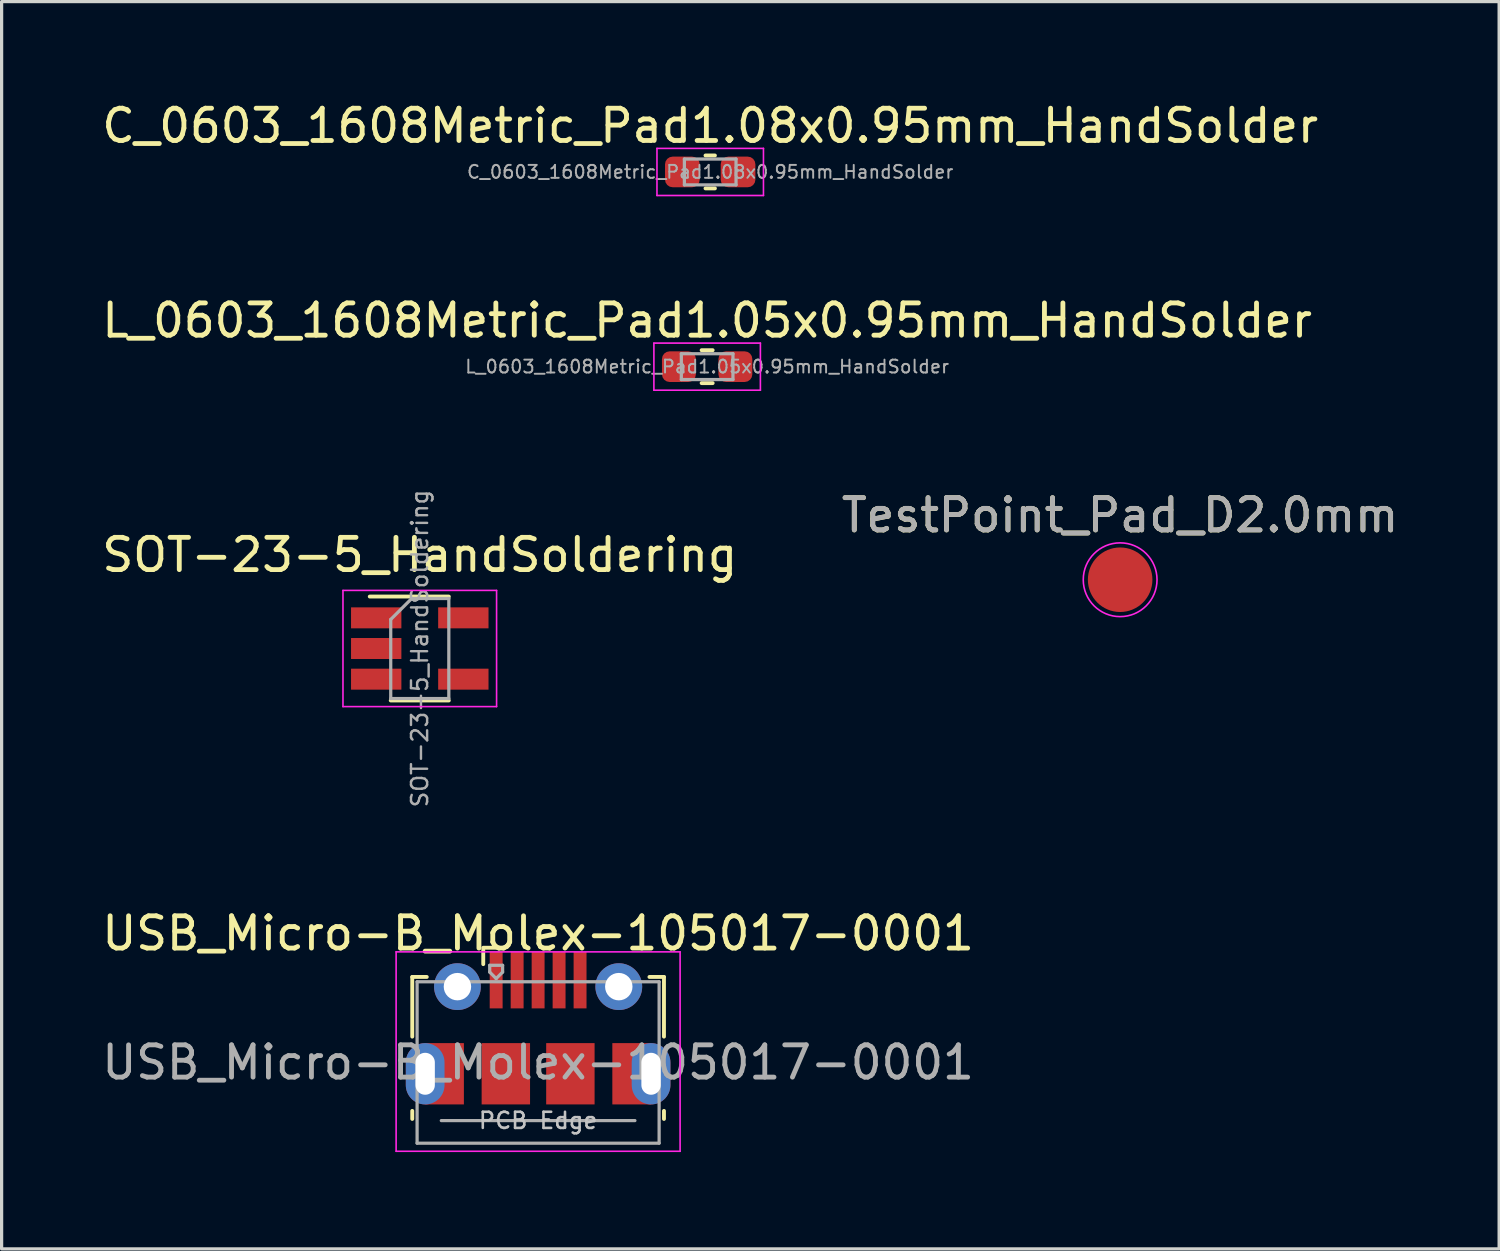
<source format=kicad_pcb>
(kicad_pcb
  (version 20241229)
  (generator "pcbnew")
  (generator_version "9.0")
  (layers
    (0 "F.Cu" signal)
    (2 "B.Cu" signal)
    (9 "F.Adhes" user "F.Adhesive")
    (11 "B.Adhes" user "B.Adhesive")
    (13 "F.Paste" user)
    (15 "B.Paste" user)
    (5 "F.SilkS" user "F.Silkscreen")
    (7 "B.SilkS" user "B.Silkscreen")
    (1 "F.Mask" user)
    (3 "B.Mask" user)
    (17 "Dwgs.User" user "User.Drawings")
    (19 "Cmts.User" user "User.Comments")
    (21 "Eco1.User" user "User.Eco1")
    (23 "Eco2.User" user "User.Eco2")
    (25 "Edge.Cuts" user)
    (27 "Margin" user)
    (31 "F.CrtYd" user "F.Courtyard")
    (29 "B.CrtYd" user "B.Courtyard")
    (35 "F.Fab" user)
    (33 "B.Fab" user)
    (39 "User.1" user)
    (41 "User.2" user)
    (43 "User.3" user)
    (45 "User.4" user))
  (footprint "SOT-23-5_HandSoldering"
    (layer "F.Cu")
    (at 9.958 17.046)
    (property "Reference" "SOT-23-5_HandSoldering" (at 0 -2.9 0) (layer "F.SilkS") (effects (font (size 1 1) (thickness 0.15))))
    (attr smd)
    (fp_line (start -0.9 1.61) (end 0.9 1.61) (stroke (width 0.12) (type solid)) (layer "F.SilkS"))
    (fp_line (start 0.9 -1.61) (end -1.55 -1.61) (stroke (width 0.12) (type solid)) (layer "F.SilkS"))
    (fp_line (start -2.38 -1.8) (end -2.38 1.8) (stroke (width 0.05) (type solid)) (layer "F.CrtYd"))
    (fp_line (start -2.38 -1.8) (end 2.38 -1.8) (stroke (width 0.05) (type solid)) (layer "F.CrtYd"))
    (fp_line (start 2.38 1.8) (end -2.38 1.8) (stroke (width 0.05) (type solid)) (layer "F.CrtYd"))
    (fp_line (start 2.38 1.8) (end 2.38 -1.8) (stroke (width 0.05) (type solid)) (layer "F.CrtYd"))
    (fp_line (start -0.9 -0.9) (end -0.9 1.55) (stroke (width 0.1) (type solid)) (layer "F.Fab"))
    (fp_line (start -0.9 -0.9) (end -0.25 -1.55) (stroke (width 0.1) (type solid)) (layer "F.Fab"))
    (fp_line (start 0.9 -1.55) (end -0.25 -1.55) (stroke (width 0.1) (type solid)) (layer "F.Fab"))
    (fp_line (start 0.9 -1.55) (end 0.9 1.55) (stroke (width 0.1) (type solid)) (layer "F.Fab"))
    (fp_line (start 0.9 1.55) (end -0.9 1.55) (stroke (width 0.1) (type solid)) (layer "F.Fab"))
    (fp_text user "${REFERENCE}" (at 0 0 90) (layer "F.Fab") (effects (font (size 0.5 0.5) (thickness 0.075))))
    (pad "1" smd rect (at -1.35 -0.95) (size 1.56 0.65) (layers "F.Cu" "F.Mask" "F.Paste"))
    (pad "2" smd rect (at -1.35 0) (size 1.56 0.65) (layers "F.Cu" "F.Mask" "F.Paste"))
    (pad "3" smd rect (at -1.35 0.95) (size 1.56 0.65) (layers "F.Cu" "F.Mask" "F.Paste"))
    (pad "4" smd rect (at 1.35 0.95) (size 1.56 0.65) (layers "F.Cu" "F.Mask" "F.Paste"))
    (pad "5" smd rect (at 1.35 -0.95) (size 1.56 0.65) (layers "F.Cu" "F.Mask" "F.Paste")))
  (footprint "USB_Micro-B_Molex-105017-0001"
    (layer "F.Cu")
    (at 13.625 28.986)
    (property "Reference" "USB_Micro-B_Molex-105017-0001" (at 0 -3.112 0) (layer "F.SilkS") (effects (font (size 1 1) (thickness 0.15))))
    (attr smd)
    (fp_line (start -3.9 -1.762) (end -3.45 -1.762) (stroke (width 0.12) (type solid)) (layer "F.SilkS"))
    (fp_line (start -3.9 0.087) (end -3.9 -1.762) (stroke (width 0.12) (type solid)) (layer "F.SilkS"))
    (fp_line (start -3.9 2.638) (end -3.9 2.388) (stroke (width 0.12) (type solid)) (layer "F.SilkS"))
    (fp_line (start -1.7 -2.667) (end -1.25 -2.667) (stroke (width 0.12) (type solid)) (layer "F.SilkS"))
    (fp_line (start -1.7 -2.609) (end -1.7 -2.159) (stroke (width 0.12) (type solid)) (layer "F.SilkS"))
    (fp_line (start 3.9 -1.762) (end 3.45 -1.762) (stroke (width 0.12) (type solid)) (layer "F.SilkS"))
    (fp_line (start 3.9 0.087) (end 3.9 -1.762) (stroke (width 0.12) (type solid)) (layer "F.SilkS"))
    (fp_line (start 3.9 2.638) (end 3.9 2.388) (stroke (width 0.12) (type solid)) (layer "F.SilkS"))
    (fp_line (start -4.4 -2.54) (end 4.4 -2.54) (stroke (width 0.05) (type solid)) (layer "F.CrtYd"))
    (fp_line (start -4.4 3.64) (end -4.4 -2.54) (stroke (width 0.05) (type solid)) (layer "F.CrtYd"))
    (fp_line (start -4.4 3.64) (end 4.4 3.64) (stroke (width 0.05) (type solid)) (layer "F.CrtYd"))
    (fp_line (start 4.4 -2.54) (end 4.4 3.64) (stroke (width 0.05) (type solid)) (layer "F.CrtYd"))
    (fp_line (start -3.75 -1.613) (end 3.75 -1.613) (stroke (width 0.1) (type solid)) (layer "F.Fab"))
    (fp_line (start -3.75 3.388) (end -3.75 -1.613) (stroke (width 0.1) (type solid)) (layer "F.Fab"))
    (fp_line (start -3.75 3.389) (end 3.75 3.389) (stroke (width 0.1) (type solid)) (layer "F.Fab"))
    (fp_line (start -3 2.689) (end 3 2.689) (stroke (width 0.1) (type solid)) (layer "F.Fab"))
    (fp_line (start -1.5 -2.123) (end -1.5 -1.913) (stroke (width 0.1) (type solid)) (layer "F.Fab"))
    (fp_line (start -1.5 -2.123) (end -1.1 -2.123) (stroke (width 0.1) (type solid)) (layer "F.Fab"))
    (fp_line (start -1.3 -1.712) (end -1.5 -1.913) (stroke (width 0.1) (type solid)) (layer "F.Fab"))
    (fp_line (start -1.1 -2.123) (end -1.1 -1.913) (stroke (width 0.1) (type solid)) (layer "F.Fab"))
    (fp_line (start -1.1 -1.913) (end -1.3 -1.712) (stroke (width 0.1) (type solid)) (layer "F.Fab"))
    (fp_line (start 3.75 3.388) (end 3.75 -1.613) (stroke (width 0.1) (type solid)) (layer "F.Fab"))
    (fp_text user "PCB Edge" (at 0 2.688 0) (layer "Dwgs.User") (effects (font (size 0.5 0.5) (thickness 0.08))))
    (fp_text user "${REFERENCE}" (at 0 0.887 0) (layer "F.Fab") (effects (font (size 1 1) (thickness 0.15))))
    (pad "1" smd rect (at -1.3 -1.663) (size 0.4 1.75) (layers "F.Cu" "F.Mask" "F.Paste"))
    (pad "2" smd rect (at -0.65 -1.663) (size 0.4 1.75) (layers "F.Cu" "F.Mask" "F.Paste"))
    (pad "3" smd rect (at 0 -1.663) (size 0.4 1.75) (layers "F.Cu" "F.Mask" "F.Paste"))
    (pad "4" smd rect (at 0.65 -1.663) (size 0.4 1.75) (layers "F.Cu" "F.Mask" "F.Paste"))
    (pad "5" smd rect (at 1.3 -1.663) (size 0.4 1.75) (layers "F.Cu" "F.Mask" "F.Paste"))
    (pad "6" thru_hole oval (at -3.5 1.238 180) (size 1.2 1.9) (drill oval 0.6 1.3) (layers "*.Cu" "*.Mask"))
    (pad "6" smd rect (at -2.9 1.238) (size 1.2 1.9) (layers "F.Cu" "F.Mask"))
    (pad "6" thru_hole circle (at -2.5 -1.462) (size 1.45 1.45) (drill 0.85) (layers "*.Cu" "*.Mask"))
    (pad "6" smd rect (at -1 1.238) (size 1.5 1.9) (layers "F.Cu" "F.Mask" "F.Paste"))
    (pad "6" smd rect (at 1 1.238) (size 1.5 1.9) (layers "F.Cu" "F.Mask" "F.Paste"))
    (pad "6" thru_hole circle (at 2.5 -1.462) (size 1.45 1.45) (drill 0.85) (layers "*.Cu" "*.Mask"))
    (pad "6" smd rect (at 2.9 1.238) (size 1.2 1.9) (layers "F.Cu" "F.Mask"))
    (pad "6" thru_hole oval (at 3.5 1.238) (size 1.2 1.9) (drill oval 0.6 1.3) (layers "*.Cu" "*.Mask")))
  (footprint "TestPoint_Pad_D2.0mm"
    (layer "F.Cu")
    (at 31.661 14.915)
    (property "Reference" "TestPoint_Pad_D2.0mm" (at 0 -1.998 0) (layer "F.SilkS") (effects (font (size 1 1) (thickness 0.15))))
    (attr exclude_from_pos_files exclude_from_bom)
    (fp_circle (center 0 0) (end 1.143 0) (stroke (width 0.05) (type solid)) (fill no) (layer "F.CrtYd"))
    (fp_text user "${REFERENCE}" (at 0 -2 0) (layer "F.Fab") (effects (font (size 1 1) (thickness 0.15))))
    (pad "1" smd circle (at 0 0) (size 2 2) (layers "F.Cu" "F.Mask")))
  (footprint "L_0603_1608Metric_Pad1.05x0.95mm_HandSolder"
    (layer "F.Cu")
    (at 18.863 8.312)
    (property "Reference" "L_0603_1608Metric_Pad1.05x0.95mm_HandSolder" (at 0 -1.43 180) (layer "F.SilkS") (effects (font (size 1 1) (thickness 0.15))))
    (attr smd)
    (fp_line (start -0.171 -0.51) (end 0.171 -0.51) (stroke (width 0.12) (type solid)) (layer "F.SilkS"))
    (fp_line (start -0.171 0.51) (end 0.171 0.51) (stroke (width 0.12) (type solid)) (layer "F.SilkS"))
    (fp_line (start -1.65 -0.73) (end 1.65 -0.73) (stroke (width 0.05) (type solid)) (layer "F.CrtYd"))
    (fp_line (start -1.65 0.73) (end -1.65 -0.73) (stroke (width 0.05) (type solid)) (layer "F.CrtYd"))
    (fp_line (start 1.65 -0.73) (end 1.65 0.73) (stroke (width 0.05) (type solid)) (layer "F.CrtYd"))
    (fp_line (start 1.65 0.73) (end -1.65 0.73) (stroke (width 0.05) (type solid)) (layer "F.CrtYd"))
    (fp_line (start -0.8 -0.4) (end 0.8 -0.4) (stroke (width 0.1) (type solid)) (layer "F.Fab"))
    (fp_line (start -0.8 0.4) (end -0.8 -0.4) (stroke (width 0.1) (type solid)) (layer "F.Fab"))
    (fp_line (start 0.8 -0.4) (end 0.8 0.4) (stroke (width 0.1) (type solid)) (layer "F.Fab"))
    (fp_line (start 0.8 0.4) (end -0.8 0.4) (stroke (width 0.1) (type solid)) (layer "F.Fab"))
    (fp_text user "${REFERENCE}" (at 0 0 180) (layer "F.Fab") (effects (font (size 0.4 0.4) (thickness 0.06))))
    (pad "1" smd roundrect (at -0.875 0) (size 1.05 0.95) (layers "F.Cu" "F.Mask" "F.Paste") (roundrect_rratio 0.25))
    (pad "2" smd roundrect (at 0.875 0) (size 1.05 0.95) (layers "F.Cu" "F.Mask" "F.Paste") (roundrect_rratio 0.25)))
  (footprint "C_0603_1608Metric_Pad1.08x0.95mm_HandSolder"
    (layer "F.Cu")
    (at 18.958 2.278)
    (property "Reference" "C_0603_1608Metric_Pad1.08x0.95mm_HandSolder" (at 0 -1.43 180) (layer "F.SilkS") (effects (font (size 1 1) (thickness 0.15))))
    (attr smd)
    (fp_line (start -0.146 -0.51) (end 0.146 -0.51) (stroke (width 0.12) (type solid)) (layer "F.SilkS"))
    (fp_line (start -0.146 0.51) (end 0.146 0.51) (stroke (width 0.12) (type solid)) (layer "F.SilkS"))
    (fp_line (start -1.65 -0.73) (end 1.65 -0.73) (stroke (width 0.05) (type solid)) (layer "F.CrtYd"))
    (fp_line (start -1.65 0.73) (end -1.65 -0.73) (stroke (width 0.05) (type solid)) (layer "F.CrtYd"))
    (fp_line (start 1.65 -0.73) (end 1.65 0.73) (stroke (width 0.05) (type solid)) (layer "F.CrtYd"))
    (fp_line (start 1.65 0.73) (end -1.65 0.73) (stroke (width 0.05) (type solid)) (layer "F.CrtYd"))
    (fp_line (start -0.8 -0.4) (end 0.8 -0.4) (stroke (width 0.1) (type solid)) (layer "F.Fab"))
    (fp_line (start -0.8 0.4) (end -0.8 -0.4) (stroke (width 0.1) (type solid)) (layer "F.Fab"))
    (fp_line (start 0.8 -0.4) (end 0.8 0.4) (stroke (width 0.1) (type solid)) (layer "F.Fab"))
    (fp_line (start 0.8 0.4) (end -0.8 0.4) (stroke (width 0.1) (type solid)) (layer "F.Fab"))
    (fp_text user "${REFERENCE}" (at 0 0 180) (layer "F.Fab") (effects (font (size 0.4 0.4) (thickness 0.06))))
    (pad "1" smd roundrect (at -0.863 0) (size 1.075 0.95) (layers "F.Cu" "F.Mask" "F.Paste") (roundrect_rratio 0.25))
    (pad "2" smd roundrect (at 0.863 0) (size 1.075 0.95) (layers "F.Cu" "F.Mask" "F.Paste") (roundrect_rratio 0.25)))
  (gr_rect
    (start -3 -3)
    (end 43.405 35.651)
    (stroke (width 0.1) (type default))
    (fill no)
    (layer "Edge.Cuts")))
</source>
